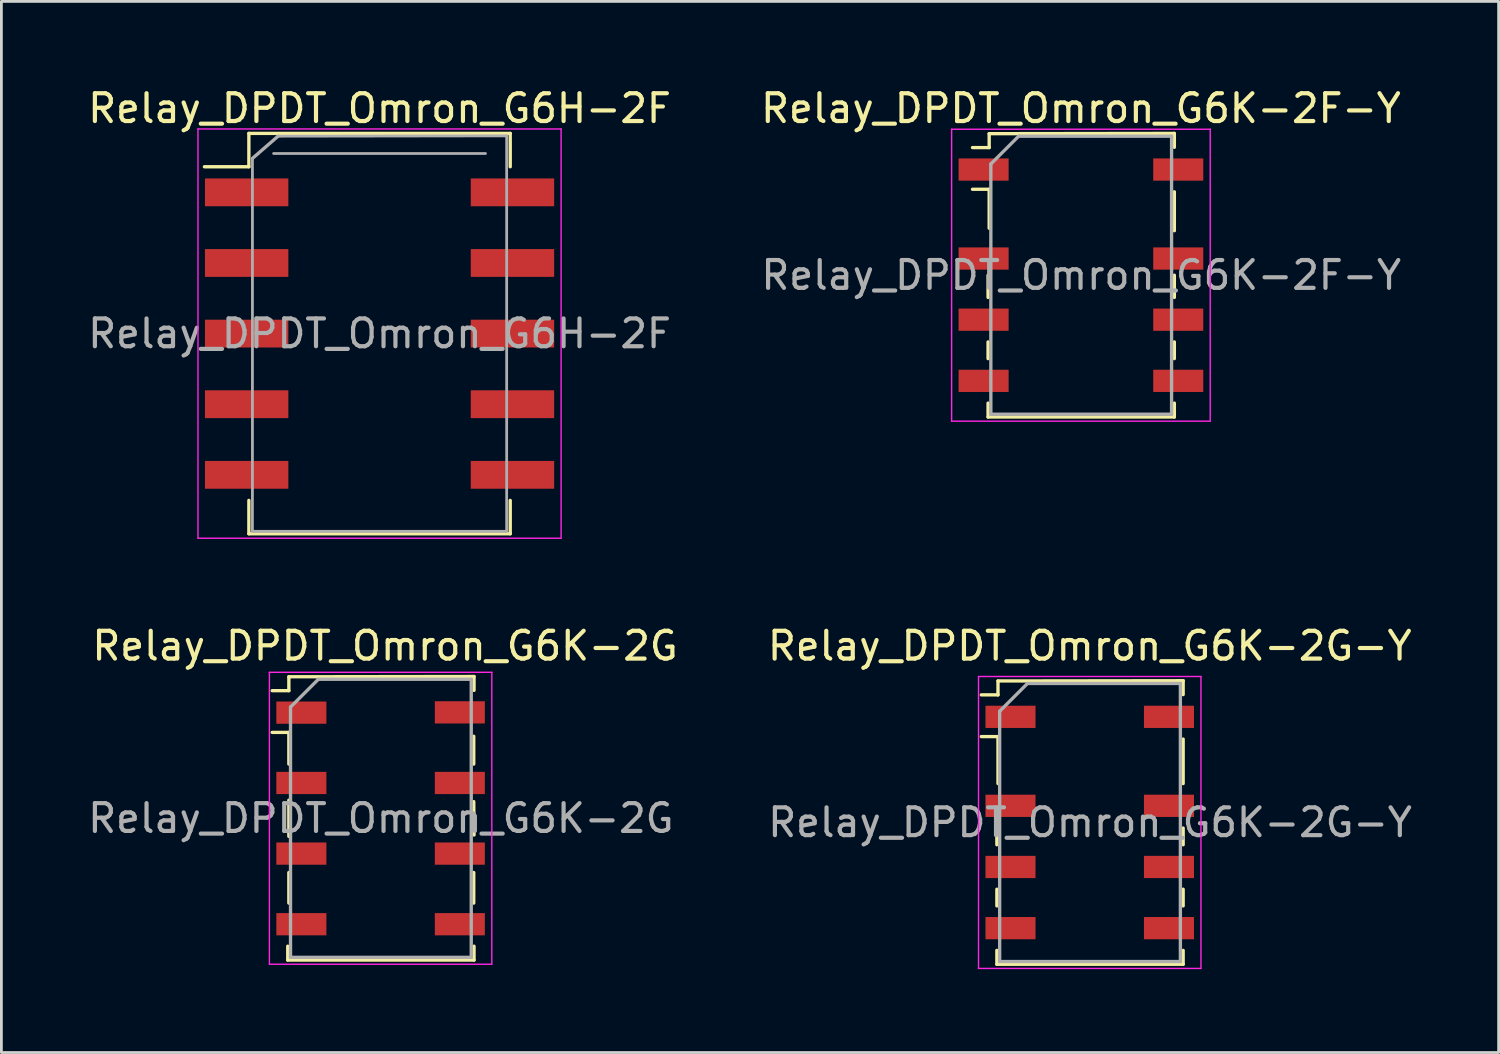
<source format=kicad_pcb>
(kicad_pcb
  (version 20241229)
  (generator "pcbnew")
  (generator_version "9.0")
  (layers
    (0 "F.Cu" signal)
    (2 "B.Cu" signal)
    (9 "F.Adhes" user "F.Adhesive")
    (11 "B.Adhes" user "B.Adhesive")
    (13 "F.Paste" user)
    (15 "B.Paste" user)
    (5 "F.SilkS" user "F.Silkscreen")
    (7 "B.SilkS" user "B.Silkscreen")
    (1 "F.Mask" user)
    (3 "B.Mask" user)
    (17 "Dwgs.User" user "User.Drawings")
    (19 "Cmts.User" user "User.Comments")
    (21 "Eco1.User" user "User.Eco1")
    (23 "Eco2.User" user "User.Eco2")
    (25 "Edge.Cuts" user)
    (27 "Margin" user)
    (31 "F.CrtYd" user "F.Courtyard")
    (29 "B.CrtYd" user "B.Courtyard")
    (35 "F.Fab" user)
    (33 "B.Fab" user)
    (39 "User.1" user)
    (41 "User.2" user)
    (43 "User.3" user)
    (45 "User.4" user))
  (footprint "Relay_DPDT_Omron_G6K-2G"
    (layer "F.Cu")
    (at 10.639 26.381)
    (property "Reference" "Relay_DPDT_Omron_G6K-2G" (at 0.16 -6.2 0) (layer "F.SilkS") (effects (font (size 1 1) (thickness 0.15))))
    (attr smd)
    (fp_line (start -3.34 5.1) (end -3.34 4.6) (stroke (width 0.12) (type solid)) (layer "F.SilkS"))
    (fp_line (start -3.3 -5.09) (end -3.3 -4.59) (stroke (width 0.12) (type solid)) (layer "F.SilkS"))
    (fp_line (start -3.3 -5.09) (end 3.36 -5.1) (stroke (width 0.12) (type solid)) (layer "F.SilkS"))
    (fp_line (start -3.3 -4.59) (end -3.9 -4.59) (stroke (width 0.12) (type solid)) (layer "F.SilkS"))
    (fp_line (start -3.3 -3.09) (end -3.9 -3.09) (stroke (width 0.12) (type solid)) (layer "F.SilkS"))
    (fp_line (start -3.3 -1.95) (end -3.3 -3.09) (stroke (width 0.12) (type solid)) (layer "F.SilkS"))
    (fp_line (start -3.3 0.65) (end -3.3 -0.65) (stroke (width 0.12) (type solid)) (layer "F.SilkS"))
    (fp_line (start -3.3 3.05) (end -3.3 1.95) (stroke (width 0.12) (type solid)) (layer "F.SilkS"))
    (fp_line (start 3.35 -2.95) (end 3.35 -1.95) (stroke (width 0.12) (type solid)) (layer "F.SilkS"))
    (fp_line (start 3.35 -0.6) (end 3.36 0.6) (stroke (width 0.12) (type solid)) (layer "F.SilkS"))
    (fp_line (start 3.35 1.95) (end 3.35 3.05) (stroke (width 0.12) (type solid)) (layer "F.SilkS"))
    (fp_line (start 3.36 -5.1) (end 3.36 -4.6) (stroke (width 0.12) (type solid)) (layer "F.SilkS"))
    (fp_line (start 3.36 4.6) (end 3.36 5.1) (stroke (width 0.12) (type solid)) (layer "F.SilkS"))
    (fp_line (start 3.36 5.1) (end -3.34 5.1) (stroke (width 0.12) (type solid)) (layer "F.SilkS"))
    (fp_line (start -4 -5.25) (end -4 5.25) (stroke (width 0.05) (type solid)) (layer "F.CrtYd"))
    (fp_line (start -4 -5.25) (end 4 -5.25) (stroke (width 0.05) (type solid)) (layer "F.CrtYd"))
    (fp_line (start 4 5.25) (end -4 5.25) (stroke (width 0.05) (type solid)) (layer "F.CrtYd"))
    (fp_line (start 4 5.25) (end 4 -5.25) (stroke (width 0.05) (type solid)) (layer "F.CrtYd"))
    (fp_line (start -3.24 -4) (end -2.24 -5) (stroke (width 0.12) (type solid)) (layer "F.Fab"))
    (fp_line (start -3.24 5) (end -3.24 -4) (stroke (width 0.12) (type solid)) (layer "F.Fab"))
    (fp_line (start -2.24 -5) (end 3.26 -5) (stroke (width 0.12) (type solid)) (layer "F.Fab"))
    (fp_line (start 3.26 -5) (end 3.26 5) (stroke (width 0.12) (type solid)) (layer "F.Fab"))
    (fp_line (start 3.26 5) (end -3.24 5) (stroke (width 0.12) (type solid)) (layer "F.Fab"))
    (fp_text user "${REFERENCE}" (at 0.01 0 0) (layer "F.Fab") (effects (font (size 1 1) (thickness 0.15))))
    (pad "1" smd rect (at -2.85 -3.8) (size 1.8 0.8) (layers "F.Cu" "F.Mask" "F.Paste"))
    (pad "2" smd rect (at -2.85 -1.27) (size 1.8 0.8) (layers "F.Cu" "F.Mask" "F.Paste"))
    (pad "3" smd rect (at -2.85 1.27) (size 1.8 0.8) (layers "F.Cu" "F.Mask" "F.Paste"))
    (pad "4" smd rect (at -2.85 3.81) (size 1.8 0.8) (layers "F.Cu" "F.Mask" "F.Paste"))
    (pad "5" smd rect (at 2.85 3.81) (size 1.8 0.8) (layers "F.Cu" "F.Mask" "F.Paste"))
    (pad "6" smd rect (at 2.85 1.27) (size 1.8 0.8) (layers "F.Cu" "F.Mask" "F.Paste"))
    (pad "7" smd rect (at 2.85 -1.27) (size 1.8 0.8) (layers "F.Cu" "F.Mask" "F.Paste"))
    (pad "8" smd rect (at 2.85 -3.81) (size 1.8 0.8) (layers "F.Cu" "F.Mask" "F.Paste")))
  (footprint "Relay_DPDT_Omron_G6K-2F-Y"
    (layer "F.Cu")
    (at 35.827 6.848)
    (property "Reference" "Relay_DPDT_Omron_G6K-2F-Y" (at 0 -6 0) (layer "F.SilkS") (effects (font (size 1 1) (thickness 0.15))))
    (attr smd)
    (fp_line (start -3.34 0.8) (end -3.34 0) (stroke (width 0.12) (type solid)) (layer "F.SilkS"))
    (fp_line (start -3.34 3) (end -3.34 2.4) (stroke (width 0.12) (type solid)) (layer "F.SilkS"))
    (fp_line (start -3.34 5.1) (end -3.34 4.6) (stroke (width 0.12) (type solid)) (layer "F.SilkS"))
    (fp_line (start -3.3 -5.09) (end -3.3 -4.59) (stroke (width 0.12) (type solid)) (layer "F.SilkS"))
    (fp_line (start -3.3 -5.09) (end 3.36 -5.1) (stroke (width 0.12) (type solid)) (layer "F.SilkS"))
    (fp_line (start -3.3 -4.59) (end -3.9 -4.59) (stroke (width 0.12) (type solid)) (layer "F.SilkS"))
    (fp_line (start -3.3 -3.09) (end -3.9 -3.09) (stroke (width 0.12) (type solid)) (layer "F.SilkS"))
    (fp_line (start -3.3 -1.69) (end -3.3 -3.09) (stroke (width 0.12) (type solid)) (layer "F.SilkS"))
    (fp_line (start 3.36 -5.1) (end 3.36 -4.6) (stroke (width 0.12) (type solid)) (layer "F.SilkS"))
    (fp_line (start 3.36 -3) (end 3.36 -1.6) (stroke (width 0.12) (type solid)) (layer "F.SilkS"))
    (fp_line (start 3.36 0) (end 3.36 0.8) (stroke (width 0.12) (type solid)) (layer "F.SilkS"))
    (fp_line (start 3.36 2.4) (end 3.36 3) (stroke (width 0.12) (type solid)) (layer "F.SilkS"))
    (fp_line (start 3.36 4.6) (end 3.36 5.1) (stroke (width 0.12) (type solid)) (layer "F.SilkS"))
    (fp_line (start 3.36 5.1) (end -3.34 5.1) (stroke (width 0.12) (type solid)) (layer "F.SilkS"))
    (fp_line (start -4.65 -5.25) (end -4.65 5.25) (stroke (width 0.05) (type solid)) (layer "F.CrtYd"))
    (fp_line (start -4.65 -5.25) (end 4.65 -5.25) (stroke (width 0.05) (type solid)) (layer "F.CrtYd"))
    (fp_line (start 4.65 5.25) (end -4.65 5.25) (stroke (width 0.05) (type solid)) (layer "F.CrtYd"))
    (fp_line (start 4.65 5.25) (end 4.65 -5.25) (stroke (width 0.05) (type solid)) (layer "F.CrtYd"))
    (fp_line (start -3.24 -4) (end -2.24 -5) (stroke (width 0.12) (type solid)) (layer "F.Fab"))
    (fp_line (start -3.24 5) (end -3.24 -4) (stroke (width 0.12) (type solid)) (layer "F.Fab"))
    (fp_line (start -2.24 -5) (end 3.26 -5) (stroke (width 0.12) (type solid)) (layer "F.Fab"))
    (fp_line (start 3.26 -5) (end 3.26 5) (stroke (width 0.12) (type solid)) (layer "F.Fab"))
    (fp_line (start 3.26 5) (end -3.24 5) (stroke (width 0.12) (type solid)) (layer "F.Fab"))
    (fp_text user "${REFERENCE}" (at 0.01 0 0) (layer "F.Fab") (effects (font (size 1 1) (thickness 0.15))))
    (pad "1" smd rect (at -3.5 -3.8) (size 1.8 0.8) (layers "F.Cu" "F.Mask" "F.Paste"))
    (pad "2" smd rect (at -3.5 -0.6) (size 1.8 0.8) (layers "F.Cu" "F.Mask" "F.Paste"))
    (pad "3" smd rect (at -3.5 1.6) (size 1.8 0.8) (layers "F.Cu" "F.Mask" "F.Paste"))
    (pad "4" smd rect (at -3.5 3.8) (size 1.8 0.8) (layers "F.Cu" "F.Mask" "F.Paste"))
    (pad "5" smd rect (at 3.5 3.8) (size 1.8 0.8) (layers "F.Cu" "F.Mask" "F.Paste"))
    (pad "6" smd rect (at 3.5 1.6) (size 1.8 0.8) (layers "F.Cu" "F.Mask" "F.Paste"))
    (pad "7" smd rect (at 3.5 -0.6) (size 1.8 0.8) (layers "F.Cu" "F.Mask" "F.Paste"))
    (pad "8" smd rect (at 3.5 -3.8) (size 1.8 0.8) (layers "F.Cu" "F.Mask" "F.Paste")))
  (footprint "Relay_DPDT_Omron_G6H-2F"
    (layer "F.Cu")
    (at 10.601 8.948)
    (property "Reference" "Relay_DPDT_Omron_G6H-2F" (at 0 -8.1 0) (layer "F.SilkS") (effects (font (size 1 1) (thickness 0.15))))
    (attr smd)
    (fp_line (start -4.7 -7.2) (end -4.7 -6) (stroke (width 0.12) (type solid)) (layer "F.SilkS"))
    (fp_line (start -4.7 -7.2) (end 4.7 -7.2) (stroke (width 0.12) (type solid)) (layer "F.SilkS"))
    (fp_line (start -4.7 -6) (end -6.3 -6) (stroke (width 0.12) (type solid)) (layer "F.SilkS"))
    (fp_line (start -4.7 7.2) (end -4.7 6) (stroke (width 0.12) (type solid)) (layer "F.SilkS"))
    (fp_line (start 4.7 -7.2) (end 4.7 -6) (stroke (width 0.12) (type solid)) (layer "F.SilkS"))
    (fp_line (start 4.7 7.2) (end -4.7 7.2) (stroke (width 0.12) (type solid)) (layer "F.SilkS"))
    (fp_line (start 4.7 7.2) (end 4.7 6) (stroke (width 0.12) (type solid)) (layer "F.SilkS"))
    (fp_line (start -6.53 -7.36) (end -6.53 7.36) (stroke (width 0.05) (type solid)) (layer "F.CrtYd"))
    (fp_line (start -6.53 -7.36) (end 6.53 -7.36) (stroke (width 0.05) (type solid)) (layer "F.CrtYd"))
    (fp_line (start 6.53 7.36) (end -6.53 7.36) (stroke (width 0.05) (type solid)) (layer "F.CrtYd"))
    (fp_line (start 6.53 7.36) (end 6.53 -7.36) (stroke (width 0.05) (type solid)) (layer "F.CrtYd"))
    (fp_line (start -4.572 -6.3) (end -3.65 -7.1) (stroke (width 0.12) (type solid)) (layer "F.Fab"))
    (fp_line (start -4.572 7.112) (end -4.572 -6.3) (stroke (width 0.1) (type solid)) (layer "F.Fab"))
    (fp_line (start -3.81 -6.477) (end 3.81 -6.477) (stroke (width 0.1) (type solid)) (layer "F.Fab"))
    (fp_line (start -3.65 -7.1) (end 4.572 -7.112) (stroke (width 0.1) (type solid)) (layer "F.Fab"))
    (fp_line (start 4.572 -7.112) (end 4.572 7.112) (stroke (width 0.1) (type solid)) (layer "F.Fab"))
    (fp_line (start 4.572 7.112) (end -4.572 7.112) (stroke (width 0.1) (type solid)) (layer "F.Fab"))
    (fp_text user "${REFERENCE}" (at 0 0 0) (layer "F.Fab") (effects (font (size 1 1) (thickness 0.15))))
    (pad "1" smd rect (at -4.78 -5.08) (size 3 1) (layers "F.Cu" "F.Mask" "F.Paste"))
    (pad "2" smd rect (at -4.78 -2.54) (size 3 1) (layers "F.Cu" "F.Mask" "F.Paste"))
    (pad "3" smd rect (at -4.78 0) (size 3 1) (layers "F.Cu" "F.Mask" "F.Paste"))
    (pad "4" smd rect (at -4.78 2.54) (size 3 1) (layers "F.Cu" "F.Mask" "F.Paste"))
    (pad "5" smd rect (at -4.78 5.08) (size 3 1) (layers "F.Cu" "F.Mask" "F.Paste"))
    (pad "6" smd rect (at 4.78 5.08) (size 3 1) (layers "F.Cu" "F.Mask" "F.Paste"))
    (pad "7" smd rect (at 4.78 2.54) (size 3 1) (layers "F.Cu" "F.Mask" "F.Paste"))
    (pad "8" smd rect (at 4.78 0) (size 3 1) (layers "F.Cu" "F.Mask" "F.Paste"))
    (pad "9" smd rect (at 4.78 -2.54) (size 3 1) (layers "F.Cu" "F.Mask" "F.Paste"))
    (pad "10" smd rect (at 4.78 -5.08) (size 3 1) (layers "F.Cu" "F.Mask" "F.Paste")))
  (footprint "Relay_DPDT_Omron_G6K-2G-Y"
    (layer "F.Cu")
    (at 36.144 26.532)
    (property "Reference" "Relay_DPDT_Omron_G6K-2G-Y" (at 0 -6.35 0) (unlocked yes) (layer "F.SilkS") (effects (font (size 1 1) (thickness 0.15))))
    (attr smd)
    (fp_line (start -3.34 0.8) (end -3.34 0.2) (stroke (width 0.12) (type solid)) (layer "F.SilkS"))
    (fp_line (start -3.34 3) (end -3.34 2.4) (stroke (width 0.12) (type solid)) (layer "F.SilkS"))
    (fp_line (start -3.34 5.1) (end -3.34 4.6) (stroke (width 0.12) (type solid)) (layer "F.SilkS"))
    (fp_line (start -3.3 -5.09) (end -3.3 -4.59) (stroke (width 0.12) (type solid)) (layer "F.SilkS"))
    (fp_line (start -3.3 -5.09) (end 3.36 -5.1) (stroke (width 0.12) (type solid)) (layer "F.SilkS"))
    (fp_line (start -3.3 -4.59) (end -3.9 -4.59) (stroke (width 0.12) (type solid)) (layer "F.SilkS"))
    (fp_line (start -3.3 -3.09) (end -3.9 -3.09) (stroke (width 0.12) (type solid)) (layer "F.SilkS"))
    (fp_line (start -3.3 -1.4) (end -3.3 -3.09) (stroke (width 0.12) (type solid)) (layer "F.SilkS"))
    (fp_line (start 3.36 -5.1) (end 3.36 -4.6) (stroke (width 0.12) (type solid)) (layer "F.SilkS"))
    (fp_line (start 3.36 -3) (end 3.36 -1.4) (stroke (width 0.12) (type solid)) (layer "F.SilkS"))
    (fp_line (start 3.36 0.2) (end 3.36 0.8) (stroke (width 0.12) (type solid)) (layer "F.SilkS"))
    (fp_line (start 3.36 2.4) (end 3.36 3) (stroke (width 0.12) (type solid)) (layer "F.SilkS"))
    (fp_line (start 3.36 4.6) (end 3.36 5.1) (stroke (width 0.12) (type solid)) (layer "F.SilkS"))
    (fp_line (start 3.36 5.1) (end -3.34 5.1) (stroke (width 0.12) (type solid)) (layer "F.SilkS"))
    (fp_line (start -4 -5.25) (end -4 5.25) (stroke (width 0.05) (type solid)) (layer "F.CrtYd"))
    (fp_line (start -4 -5.25) (end 4 -5.25) (stroke (width 0.05) (type solid)) (layer "F.CrtYd"))
    (fp_line (start 4 5.25) (end -4 5.25) (stroke (width 0.05) (type solid)) (layer "F.CrtYd"))
    (fp_line (start 4 5.25) (end 4 -5.25) (stroke (width 0.05) (type solid)) (layer "F.CrtYd"))
    (fp_line (start -3.24 -4) (end -2.24 -5) (stroke (width 0.12) (type solid)) (layer "F.Fab"))
    (fp_line (start -3.24 5) (end -3.24 -4) (stroke (width 0.12) (type solid)) (layer "F.Fab"))
    (fp_line (start -2.24 -5) (end 3.26 -5) (stroke (width 0.12) (type solid)) (layer "F.Fab"))
    (fp_line (start 3.26 -5) (end 3.26 5) (stroke (width 0.12) (type solid)) (layer "F.Fab"))
    (fp_line (start 3.26 5) (end -3.24 5) (stroke (width 0.12) (type solid)) (layer "F.Fab"))
    (fp_text user "${REFERENCE}" (at 0.01 0 0) (layer "F.Fab") (effects (font (size 1 1) (thickness 0.15))))
    (pad "1" smd rect (at -2.85 -3.8) (size 1.8 0.8) (layers "F.Cu" "F.Mask" "F.Paste"))
    (pad "2" smd rect (at -2.85 -0.6) (size 1.8 0.8) (layers "F.Cu" "F.Mask" "F.Paste"))
    (pad "3" smd rect (at -2.85 1.6) (size 1.8 0.8) (layers "F.Cu" "F.Mask" "F.Paste"))
    (pad "4" smd rect (at -2.85 3.8) (size 1.8 0.8) (layers "F.Cu" "F.Mask" "F.Paste"))
    (pad "5" smd rect (at 2.85 3.8) (size 1.8 0.8) (layers "F.Cu" "F.Mask" "F.Paste"))
    (pad "6" smd rect (at 2.85 1.6) (size 1.8 0.8) (layers "F.Cu" "F.Mask" "F.Paste"))
    (pad "7" smd rect (at 2.85 -0.6) (size 1.8 0.8) (layers "F.Cu" "F.Mask" "F.Paste"))
    (pad "8" smd rect (at 2.85 -3.8) (size 1.8 0.8) (layers "F.Cu" "F.Mask" "F.Paste")))
  (gr_rect
    (start -3 -3)
    (end 50.85 34.806)
    (stroke (width 0.1) (type default))
    (fill no)
    (layer "Edge.Cuts")))
</source>
